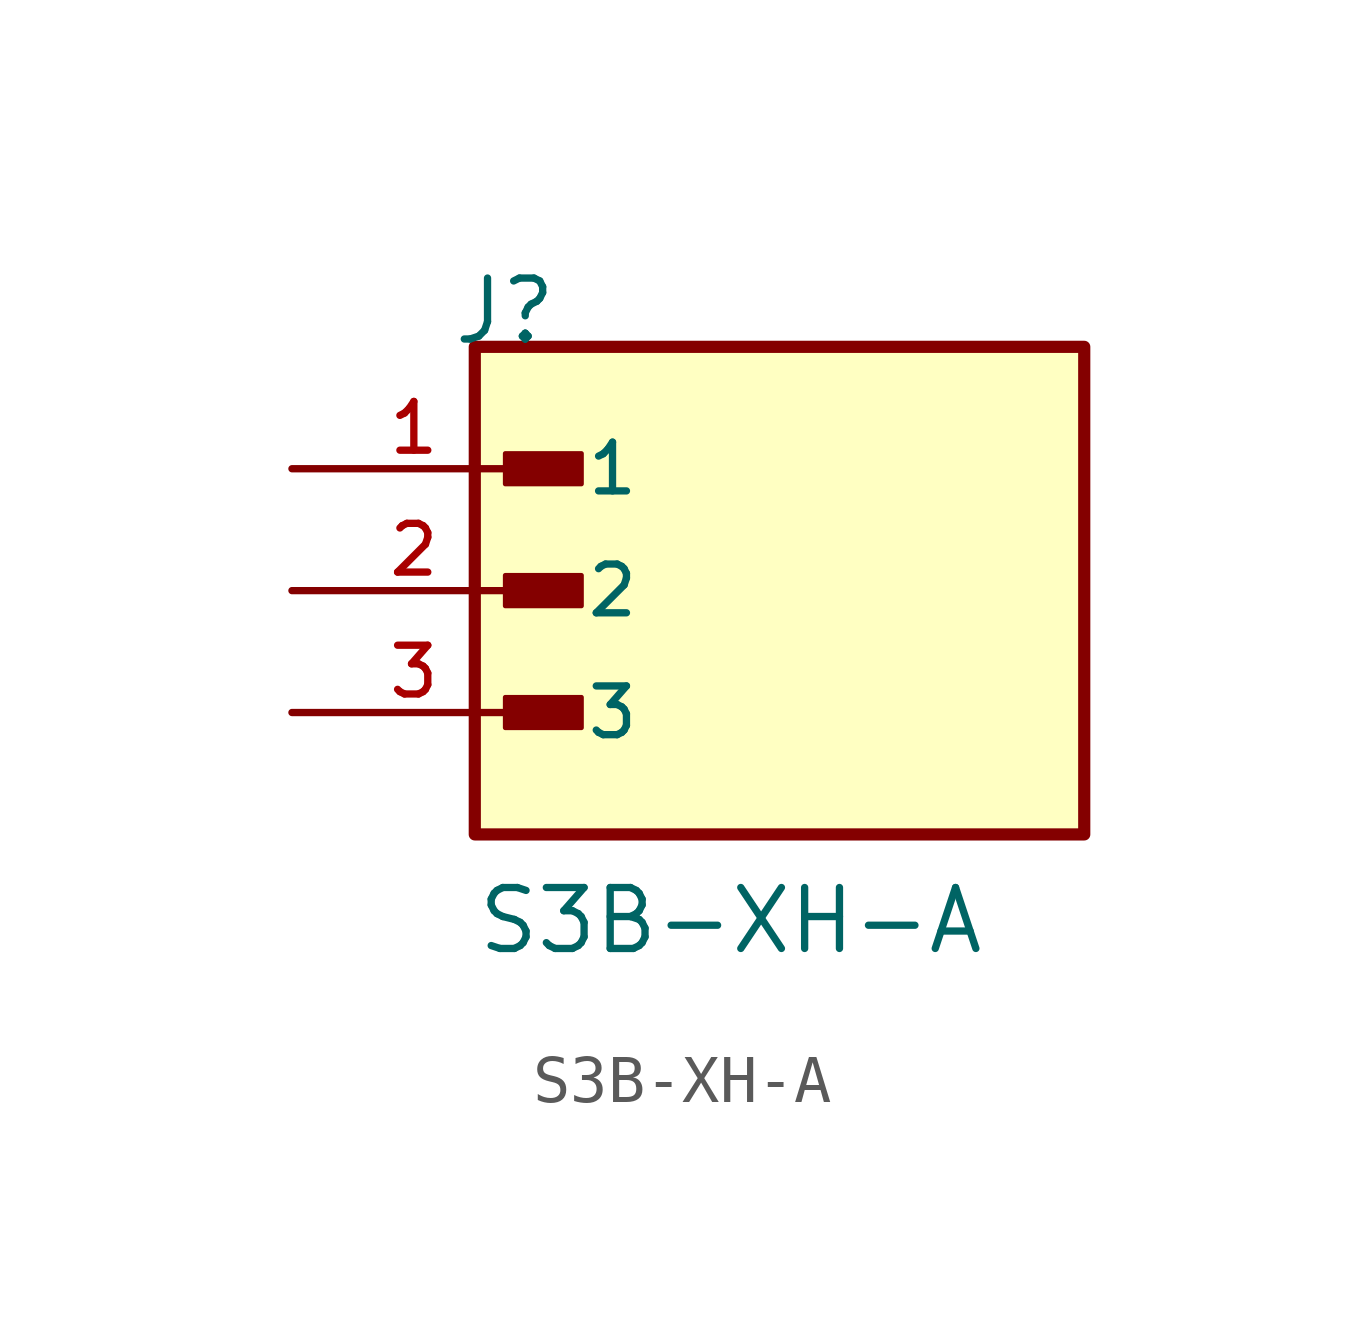
<source format=kicad_sym>
(kicad_symbol_lib
  (version 20211014)
  (generator kicad_symbol_editor)
  (symbol "S3B-XH-A"
    (pin_names
      (offset 1.016))
    (property "Reference" "J"
      (at -6.85 5.08 0)
      (effects (font (size 1.27 1.27)) (justify bottom left)))
    (property "Value" "S3B-XH-A"
      (at -6.35 -7.62 0)
      (effects (font (size 1.27 1.27)) (justify bottom left)))
    (symbol "S3B-XH-A_0_0"
      (rectangle (start -5.715 2.223) (end -4.128 2.857) (stroke (width 0.1)) (fill (type outline)))
      (rectangle (start -5.715 -0.318) (end -4.128 0.318) (stroke (width 0.1)) (fill (type outline)))
      (rectangle (start -5.715 -2.857) (end -4.128 -2.223) (stroke (width 0.1)) (fill (type outline)))
      (rectangle (start -6.35 -5.08) (end 6.35 5.08) (stroke (width 0.254)) (fill (type background)))
      (pin passive line (at -10.16 2.54 0) (length 5.08) (name "1" (effects (font (size 1.016 1.016)))) (number "1" (effects (font (size 1.016 1.016)))))
      (pin passive line (at -10.16 0.0 0) (length 5.08) (name "2" (effects (font (size 1.016 1.016)))) (number "2" (effects (font (size 1.016 1.016)))))
      (pin passive line (at -10.16 -2.54 0) (length 5.08) (name "3" (effects (font (size 1.016 1.016)))) (number "3" (effects (font (size 1.016 1.016))))))))
</source>
